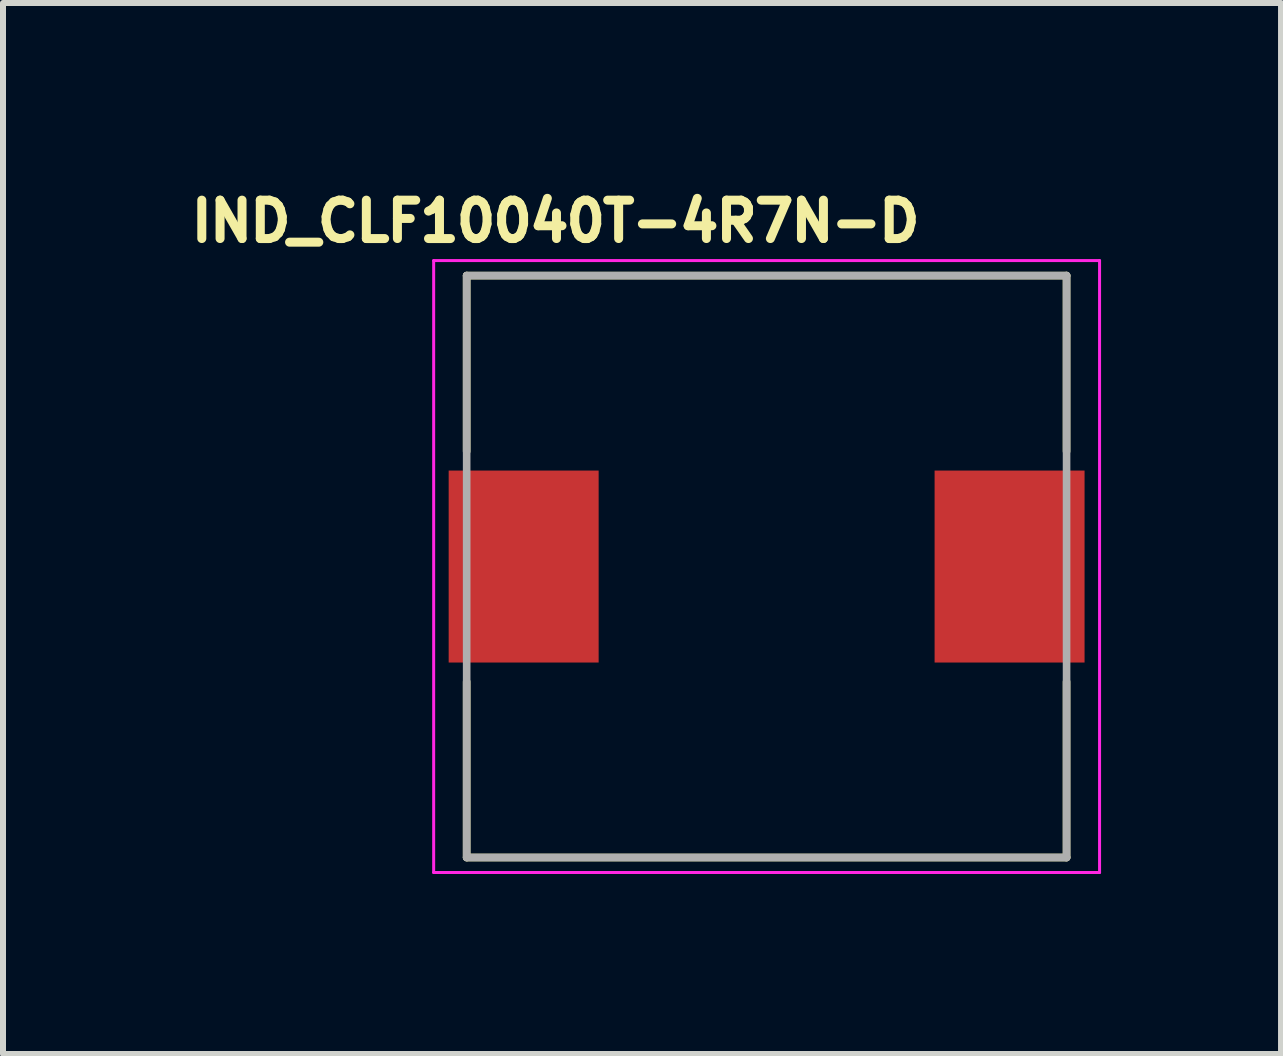
<source format=kicad_pcb>
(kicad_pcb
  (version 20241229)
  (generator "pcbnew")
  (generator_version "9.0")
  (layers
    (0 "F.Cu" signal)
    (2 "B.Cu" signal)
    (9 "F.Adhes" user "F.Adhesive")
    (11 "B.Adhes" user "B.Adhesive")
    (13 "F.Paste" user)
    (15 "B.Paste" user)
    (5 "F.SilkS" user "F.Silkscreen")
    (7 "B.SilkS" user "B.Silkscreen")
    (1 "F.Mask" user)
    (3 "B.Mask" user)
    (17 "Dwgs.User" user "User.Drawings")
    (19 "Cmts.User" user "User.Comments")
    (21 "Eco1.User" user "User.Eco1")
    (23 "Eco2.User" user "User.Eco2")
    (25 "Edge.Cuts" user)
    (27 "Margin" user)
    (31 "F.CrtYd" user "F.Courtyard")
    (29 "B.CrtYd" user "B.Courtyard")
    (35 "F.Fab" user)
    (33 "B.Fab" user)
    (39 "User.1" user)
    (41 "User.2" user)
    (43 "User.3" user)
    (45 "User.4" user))
  (footprint "IND_CLF10040T-4R7N-D"
    (layer "F.Cu")
    (at 9.729 6.394)
    (property "Reference" "IND_CLF10040T-4R7N-D" (at -3.518 -5.756 0) (layer "F.SilkS") (effects (font (size 0.64 0.64) (thickness 0.15))))
    (attr smd)
    (fp_line (start -5 -4.85) (end -5 -1.92) (stroke (width 0.127) (type solid)) (layer "F.SilkS"))
    (fp_line (start -5 -4.85) (end 5 -4.85) (stroke (width 0.127) (type solid)) (layer "F.SilkS"))
    (fp_line (start -5 4.85) (end -5 1.92) (stroke (width 0.127) (type solid)) (layer "F.SilkS"))
    (fp_line (start -5 4.85) (end 5 4.85) (stroke (width 0.127) (type solid)) (layer "F.SilkS"))
    (fp_line (start 5 -4.85) (end 5 -1.92) (stroke (width 0.127) (type solid)) (layer "F.SilkS"))
    (fp_line (start 5 4.85) (end 5 1.92) (stroke (width 0.127) (type solid)) (layer "F.SilkS"))
    (fp_line (start -5.55 -5.1) (end -5.55 5.1) (stroke (width 0.05) (type solid)) (layer "F.CrtYd"))
    (fp_line (start -5.55 5.1) (end 5.55 5.1) (stroke (width 0.05) (type solid)) (layer "F.CrtYd"))
    (fp_line (start 5.55 -5.1) (end -5.55 -5.1) (stroke (width 0.05) (type solid)) (layer "F.CrtYd"))
    (fp_line (start 5.55 5.1) (end 5.55 -5.1) (stroke (width 0.05) (type solid)) (layer "F.CrtYd"))
    (fp_line (start -5 -4.85) (end -5 4.85) (stroke (width 0.127) (type solid)) (layer "F.Fab"))
    (fp_line (start -5 -4.85) (end 5 -4.85) (stroke (width 0.127) (type solid)) (layer "F.Fab"))
    (fp_line (start -5 4.85) (end 5 4.85) (stroke (width 0.127) (type solid)) (layer "F.Fab"))
    (fp_line (start 5 -4.85) (end 5 4.85) (stroke (width 0.127) (type solid)) (layer "F.Fab"))
    (pad "1" smd rect (at -4.05 0) (size 2.5 3.2) (layers "F.Cu" "F.Mask" "F.Paste"))
    (pad "2" smd rect (at 4.05 0) (size 2.5 3.2) (layers "F.Cu" "F.Mask" "F.Paste")))
  (gr_rect
    (start -3 -3)
    (end 18.304 14.519)
    (stroke (width 0.1) (type default))
    (fill no)
    (layer "Edge.Cuts")))
</source>
